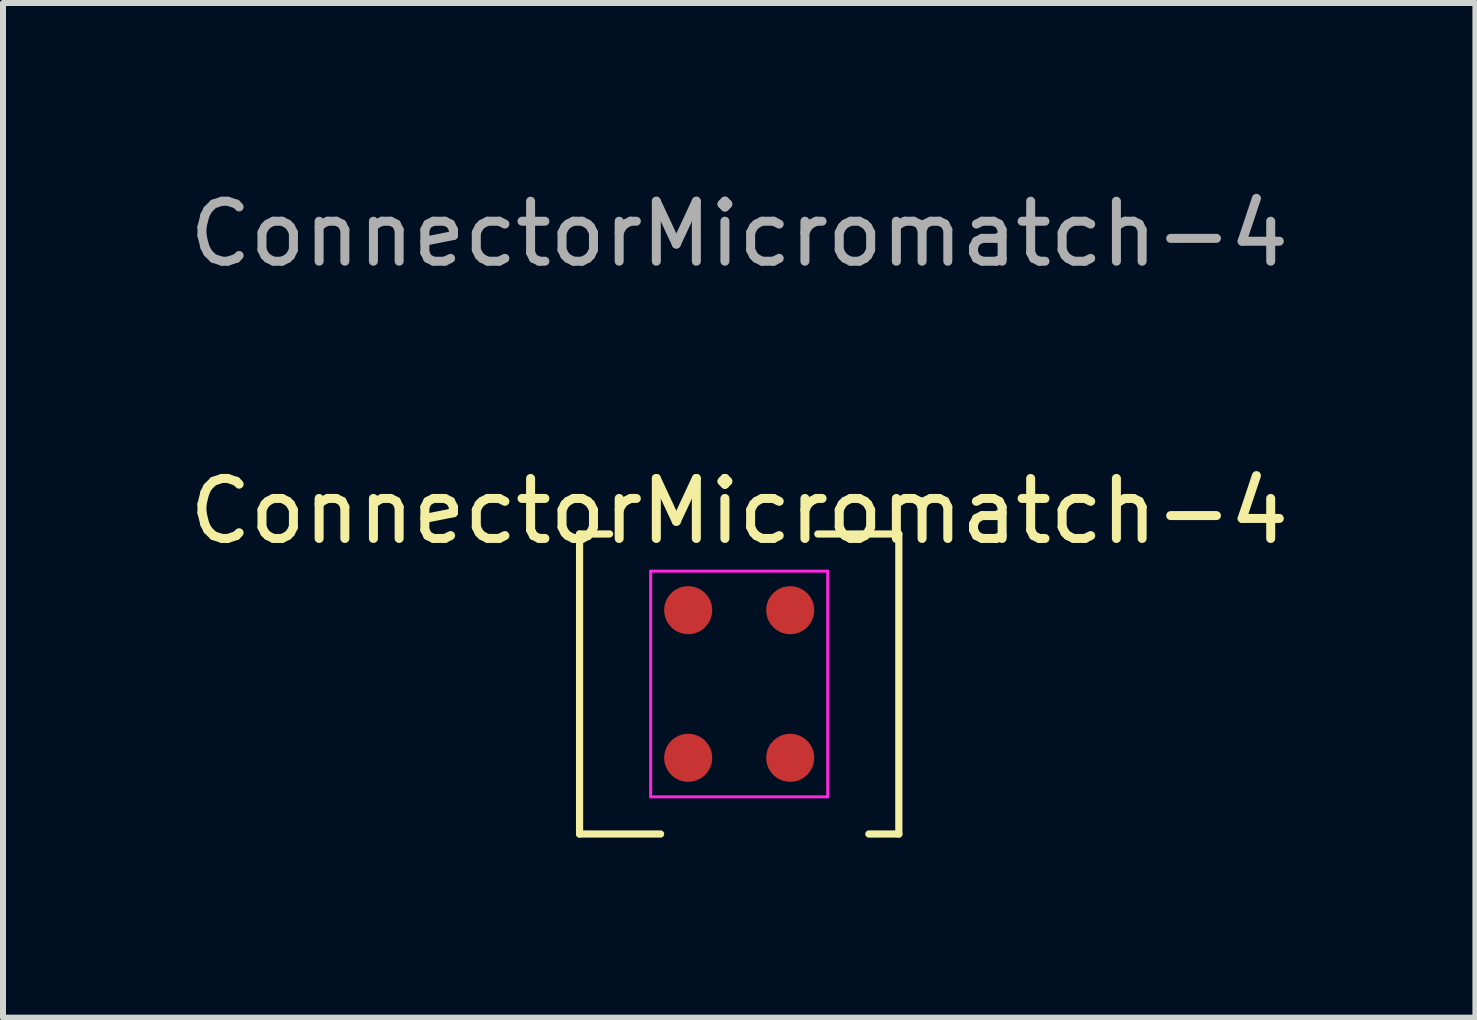
<source format=kicad_pcb>
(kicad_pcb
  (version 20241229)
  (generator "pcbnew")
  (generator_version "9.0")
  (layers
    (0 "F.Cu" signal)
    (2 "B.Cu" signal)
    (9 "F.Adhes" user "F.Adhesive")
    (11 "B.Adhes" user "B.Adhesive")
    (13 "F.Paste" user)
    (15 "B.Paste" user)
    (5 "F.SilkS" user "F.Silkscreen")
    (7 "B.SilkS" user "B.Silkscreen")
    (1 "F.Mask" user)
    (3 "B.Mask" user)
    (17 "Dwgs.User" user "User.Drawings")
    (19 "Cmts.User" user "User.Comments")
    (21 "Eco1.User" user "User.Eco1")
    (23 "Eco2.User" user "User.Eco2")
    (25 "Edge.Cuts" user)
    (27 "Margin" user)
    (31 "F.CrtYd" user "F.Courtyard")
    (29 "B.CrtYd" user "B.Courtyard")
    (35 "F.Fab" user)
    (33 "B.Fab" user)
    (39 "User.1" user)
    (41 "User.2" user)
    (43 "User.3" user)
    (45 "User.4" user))
  (footprint "ConnectorMicromatch-4"
    (layer "F.Cu")
    (at 9.268 8.348)
    (property "Reference" "ConnectorMicromatch-4" (at 0 -2.88 0) (layer "F.SilkS") (effects (font (size 1 1) (thickness 0.15))))
    (attr smd)
    (fp_line (start -2.66 -2.5) (end -2.66 2.5) (stroke (width 0.12) (type default)) (layer "F.SilkS"))
    (fp_line (start -2.66 2.5) (end -1.31 2.5) (stroke (width 0.12) (type default)) (layer "F.SilkS"))
    (fp_line (start -2.16 -2.5) (end -2.66 -2.5) (stroke (width 0.12) (type default)) (layer "F.SilkS"))
    (fp_line (start 1.31 -2.5) (end 2.66 -2.5) (stroke (width 0.12) (type default)) (layer "F.SilkS"))
    (fp_line (start 2.66 -2.5) (end 2.66 2.5) (stroke (width 0.12) (type default)) (layer "F.SilkS"))
    (fp_line (start 2.66 2.5) (end 2.16 2.5) (stroke (width 0.12) (type default)) (layer "F.SilkS"))
    (fp_line (start -1.475 -1.88) (end 1.475 -1.88) (stroke (width 0.05) (type default)) (layer "F.CrtYd"))
    (fp_line (start -1.475 1.88) (end -1.475 -1.88) (stroke (width 0.05) (type default)) (layer "F.CrtYd"))
    (fp_line (start 1.475 -1.88) (end 1.475 1.88) (stroke (width 0.05) (type default)) (layer "F.CrtYd"))
    (fp_line (start 1.475 1.88) (end -1.475 1.88) (stroke (width 0.05) (type default)) (layer "F.CrtYd"))
    (fp_text user "${REFERENCE}" (at 0 -7.5 0) (layer "F.Fab") (effects (font (size 1 1) (thickness 0.15))))
    (pad "1" smd circle (at -0.85 -1.23) (size 0.8 0.8) (layers "F.Cu" "F.Mask" "F.Paste"))
    (pad "2" smd circle (at -0.85 1.23) (size 0.8 0.8) (layers "F.Cu" "F.Mask" "F.Paste"))
    (pad "3" smd circle (at 0.85 -1.23) (size 0.8 0.8) (layers "F.Cu" "F.Mask" "F.Paste"))
    (pad "4" smd circle (at 0.85 1.23) (size 0.8 0.8) (layers "F.Cu" "F.Mask" "F.Paste")))
  (gr_rect
    (start -3 -3)
    (end 21.536 13.908)
    (stroke (width 0.1) (type default))
    (fill no)
    (layer "Edge.Cuts")))
</source>
